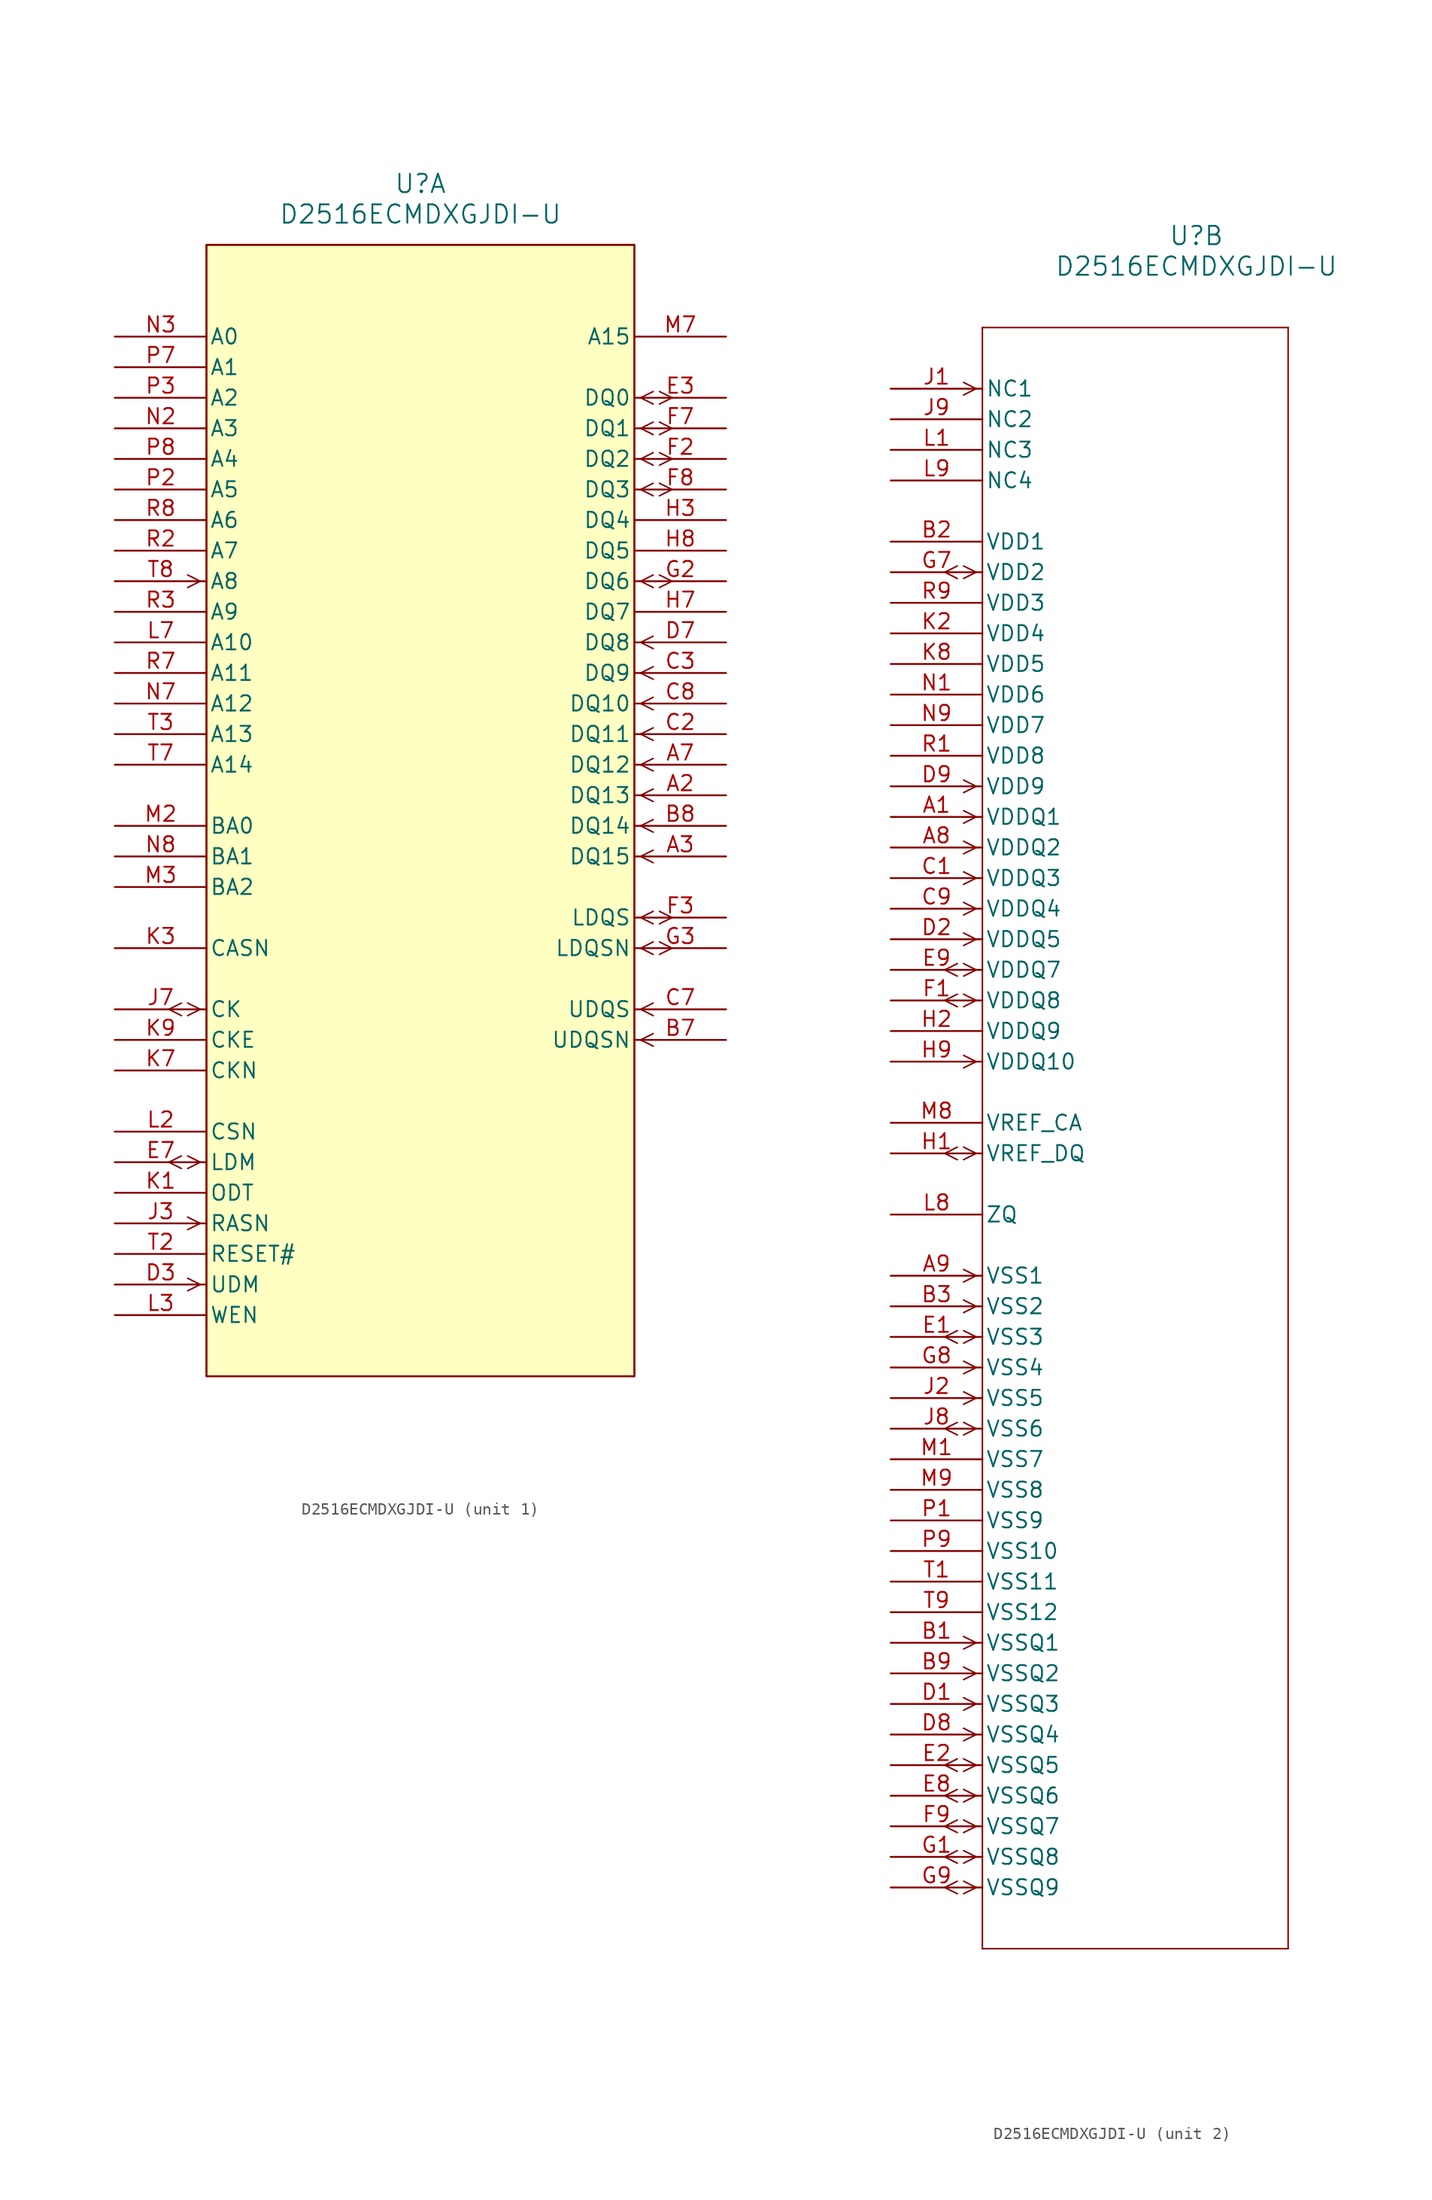
<source format=kicad_sym>
(kicad_symbol_lib
  (version 20211014)
  (generator kicad_symbol_editor)
  (symbol "D2516ECMDXGJDI-U"
    (pin_names
      (offset 0.254))
    (property "Reference" "U"
      (at 25.4 12.7 0)
      (effects (font (size 1.524 1.524))))
    (property "Value" "D2516ECMDXGJDI-U"
      (at 25.4 10.16 0)
      (effects (font (size 1.524 1.524))))
    (property "ki_locked" ""
      (at 0 0 0)
      (effects (font (size 1.27 1.27))))
    (symbol "D2516ECMDXGJDI-U_1_1"
      (polyline (pts (xy 5.537 -69.101) (xy 4.496 -68.58)) (stroke (width 0.127) (type default) (color 0 0 0 0)) (fill (type none)))
      (polyline (pts (xy 5.537 -68.059) (xy 4.496 -68.58)) (stroke (width 0.127) (type default) (color 0 0 0 0)) (fill (type none)))
      (polyline (pts (xy 5.537 -56.401) (xy 4.496 -55.88)) (stroke (width 0.127) (type default) (color 0 0 0 0)) (fill (type none)))
      (polyline (pts (xy 5.537 -55.359) (xy 4.496 -55.88)) (stroke (width 0.127) (type default) (color 0 0 0 0)) (fill (type none)))
      (polyline (pts (xy 7.099 -78.74) (xy 6.058 -79.261)) (stroke (width 0.127) (type default) (color 0 0 0 0)) (fill (type none)))
      (polyline (pts (xy 7.099 -78.74) (xy 6.058 -78.219)) (stroke (width 0.127) (type default) (color 0 0 0 0)) (fill (type none)))
      (polyline (pts (xy 7.099 -73.66) (xy 6.058 -74.181)) (stroke (width 0.127) (type default) (color 0 0 0 0)) (fill (type none)))
      (polyline (pts (xy 7.099 -73.66) (xy 6.058 -73.139)) (stroke (width 0.127) (type default) (color 0 0 0 0)) (fill (type none)))
      (polyline (pts (xy 7.099 -68.58) (xy 6.058 -69.101)) (stroke (width 0.127) (type default) (color 0 0 0 0)) (fill (type none)))
      (polyline (pts (xy 7.099 -68.58) (xy 6.058 -68.059)) (stroke (width 0.127) (type default) (color 0 0 0 0)) (fill (type none)))
      (polyline (pts (xy 7.099 -55.88) (xy 6.058 -56.401)) (stroke (width 0.127) (type default) (color 0 0 0 0)) (fill (type none)))
      (polyline (pts (xy 7.099 -55.88) (xy 6.058 -55.359)) (stroke (width 0.127) (type default) (color 0 0 0 0)) (fill (type none)))
      (polyline (pts (xy 7.099 -20.32) (xy 6.058 -20.841)) (stroke (width 0.127) (type default) (color 0 0 0 0)) (fill (type none)))
      (polyline (pts (xy 7.099 -20.32) (xy 6.058 -19.799)) (stroke (width 0.127) (type default) (color 0 0 0 0)) (fill (type none)))
      (polyline (pts (xy 7.62 -86.36) (xy 43.18 -86.36)) (stroke (width 0.127) (type default) (color 0 0 0 0)) (fill (type none)))
      (polyline (pts (xy 7.62 7.62) (xy 7.62 -86.36)) (stroke (width 0.127) (type default) (color 0 0 0 0)) (fill (type none)))
      (polyline (pts (xy 43.18 -86.36) (xy 43.18 7.62)) (stroke (width 0.127) (type default) (color 0 0 0 0)) (fill (type none)))
      (polyline (pts (xy 43.18 7.62) (xy 7.62 7.62)) (stroke (width 0.127) (type default) (color 0 0 0 0)) (fill (type none)))
      (polyline (pts (xy 43.701 -58.42) (xy 44.742 -58.941)) (stroke (width 0.127) (type default) (color 0 0 0 0)) (fill (type none)))
      (polyline (pts (xy 43.701 -58.42) (xy 44.742 -57.899)) (stroke (width 0.127) (type default) (color 0 0 0 0)) (fill (type none)))
      (polyline (pts (xy 43.701 -55.88) (xy 44.742 -56.401)) (stroke (width 0.127) (type default) (color 0 0 0 0)) (fill (type none)))
      (polyline (pts (xy 43.701 -55.88) (xy 44.742 -55.359)) (stroke (width 0.127) (type default) (color 0 0 0 0)) (fill (type none)))
      (polyline (pts (xy 43.701 -50.8) (xy 44.742 -51.321)) (stroke (width 0.127) (type default) (color 0 0 0 0)) (fill (type none)))
      (polyline (pts (xy 43.701 -50.8) (xy 44.742 -50.279)) (stroke (width 0.127) (type default) (color 0 0 0 0)) (fill (type none)))
      (polyline (pts (xy 43.701 -48.26) (xy 44.742 -48.781)) (stroke (width 0.127) (type default) (color 0 0 0 0)) (fill (type none)))
      (polyline (pts (xy 43.701 -48.26) (xy 44.742 -47.739)) (stroke (width 0.127) (type default) (color 0 0 0 0)) (fill (type none)))
      (polyline (pts (xy 43.701 -43.18) (xy 44.742 -43.701)) (stroke (width 0.127) (type default) (color 0 0 0 0)) (fill (type none)))
      (polyline (pts (xy 43.701 -43.18) (xy 44.742 -42.659)) (stroke (width 0.127) (type default) (color 0 0 0 0)) (fill (type none)))
      (polyline (pts (xy 43.701 -40.64) (xy 44.742 -41.161)) (stroke (width 0.127) (type default) (color 0 0 0 0)) (fill (type none)))
      (polyline (pts (xy 43.701 -40.64) (xy 44.742 -40.119)) (stroke (width 0.127) (type default) (color 0 0 0 0)) (fill (type none)))
      (polyline (pts (xy 43.701 -38.1) (xy 44.742 -38.621)) (stroke (width 0.127) (type default) (color 0 0 0 0)) (fill (type none)))
      (polyline (pts (xy 43.701 -38.1) (xy 44.742 -37.579)) (stroke (width 0.127) (type default) (color 0 0 0 0)) (fill (type none)))
      (polyline (pts (xy 43.701 -35.56) (xy 44.742 -36.081)) (stroke (width 0.127) (type default) (color 0 0 0 0)) (fill (type none)))
      (polyline (pts (xy 43.701 -35.56) (xy 44.742 -35.039)) (stroke (width 0.127) (type default) (color 0 0 0 0)) (fill (type none)))
      (polyline (pts (xy 43.701 -33.02) (xy 44.742 -33.541)) (stroke (width 0.127) (type default) (color 0 0 0 0)) (fill (type none)))
      (polyline (pts (xy 43.701 -33.02) (xy 44.742 -32.499)) (stroke (width 0.127) (type default) (color 0 0 0 0)) (fill (type none)))
      (polyline (pts (xy 43.701 -30.48) (xy 44.742 -31.001)) (stroke (width 0.127) (type default) (color 0 0 0 0)) (fill (type none)))
      (polyline (pts (xy 43.701 -30.48) (xy 44.742 -29.959)) (stroke (width 0.127) (type default) (color 0 0 0 0)) (fill (type none)))
      (polyline (pts (xy 43.701 -27.94) (xy 44.742 -28.461)) (stroke (width 0.127) (type default) (color 0 0 0 0)) (fill (type none)))
      (polyline (pts (xy 43.701 -27.94) (xy 44.742 -27.419)) (stroke (width 0.127) (type default) (color 0 0 0 0)) (fill (type none)))
      (polyline (pts (xy 43.701 -25.4) (xy 44.742 -25.921)) (stroke (width 0.127) (type default) (color 0 0 0 0)) (fill (type none)))
      (polyline (pts (xy 43.701 -25.4) (xy 44.742 -24.879)) (stroke (width 0.127) (type default) (color 0 0 0 0)) (fill (type none)))
      (polyline (pts (xy 43.701 -20.32) (xy 44.742 -20.841)) (stroke (width 0.127) (type default) (color 0 0 0 0)) (fill (type none)))
      (polyline (pts (xy 43.701 -20.32) (xy 44.742 -19.799)) (stroke (width 0.127) (type default) (color 0 0 0 0)) (fill (type none)))
      (polyline (pts (xy 43.701 -12.7) (xy 44.742 -13.221)) (stroke (width 0.127) (type default) (color 0 0 0 0)) (fill (type none)))
      (polyline (pts (xy 43.701 -12.7) (xy 44.742 -12.179)) (stroke (width 0.127) (type default) (color 0 0 0 0)) (fill (type none)))
      (polyline (pts (xy 43.701 -10.16) (xy 44.742 -10.681)) (stroke (width 0.127) (type default) (color 0 0 0 0)) (fill (type none)))
      (polyline (pts (xy 43.701 -10.16) (xy 44.742 -9.639)) (stroke (width 0.127) (type default) (color 0 0 0 0)) (fill (type none)))
      (polyline (pts (xy 43.701 -7.62) (xy 44.742 -8.141)) (stroke (width 0.127) (type default) (color 0 0 0 0)) (fill (type none)))
      (polyline (pts (xy 43.701 -7.62) (xy 44.742 -7.099)) (stroke (width 0.127) (type default) (color 0 0 0 0)) (fill (type none)))
      (polyline (pts (xy 43.701 -5.08) (xy 44.742 -5.601)) (stroke (width 0.127) (type default) (color 0 0 0 0)) (fill (type none)))
      (polyline (pts (xy 43.701 -5.08) (xy 44.742 -4.559)) (stroke (width 0.127) (type default) (color 0 0 0 0)) (fill (type none)))
      (polyline (pts (xy 45.263 -51.321) (xy 46.304 -50.8)) (stroke (width 0.127) (type default) (color 0 0 0 0)) (fill (type none)))
      (polyline (pts (xy 45.263 -50.279) (xy 46.304 -50.8)) (stroke (width 0.127) (type default) (color 0 0 0 0)) (fill (type none)))
      (polyline (pts (xy 45.263 -48.781) (xy 46.304 -48.26)) (stroke (width 0.127) (type default) (color 0 0 0 0)) (fill (type none)))
      (polyline (pts (xy 45.263 -47.739) (xy 46.304 -48.26)) (stroke (width 0.127) (type default) (color 0 0 0 0)) (fill (type none)))
      (polyline (pts (xy 45.263 -20.841) (xy 46.304 -20.32)) (stroke (width 0.127) (type default) (color 0 0 0 0)) (fill (type none)))
      (polyline (pts (xy 45.263 -19.799) (xy 46.304 -20.32)) (stroke (width 0.127) (type default) (color 0 0 0 0)) (fill (type none)))
      (polyline (pts (xy 45.263 -13.221) (xy 46.304 -12.7)) (stroke (width 0.127) (type default) (color 0 0 0 0)) (fill (type none)))
      (polyline (pts (xy 45.263 -12.179) (xy 46.304 -12.7)) (stroke (width 0.127) (type default) (color 0 0 0 0)) (fill (type none)))
      (polyline (pts (xy 45.263 -10.681) (xy 46.304 -10.16)) (stroke (width 0.127) (type default) (color 0 0 0 0)) (fill (type none)))
      (polyline (pts (xy 45.263 -9.639) (xy 46.304 -10.16)) (stroke (width 0.127) (type default) (color 0 0 0 0)) (fill (type none)))
      (polyline (pts (xy 45.263 -8.141) (xy 46.304 -7.62)) (stroke (width 0.127) (type default) (color 0 0 0 0)) (fill (type none)))
      (polyline (pts (xy 45.263 -7.099) (xy 46.304 -7.62)) (stroke (width 0.127) (type default) (color 0 0 0 0)) (fill (type none)))
      (polyline (pts (xy 45.263 -5.601) (xy 46.304 -5.08)) (stroke (width 0.127) (type default) (color 0 0 0 0)) (fill (type none)))
      (polyline (pts (xy 45.263 -4.559) (xy 46.304 -5.08)) (stroke (width 0.127) (type default) (color 0 0 0 0)) (fill (type none)))
      (rectangle (start 7.62 7.62) (end 43.18 -86.36) (stroke (width 0) (type default) (color 0 0 0 0)) (fill (type background)))
      (pin bidirectional line (at 50.8 -38.1 180) (length 7.62) (name "DQ13" (effects (font (size 1.27 1.27)))) (number "A2" (effects (font (size 1.27 1.27)))))
      (pin bidirectional line (at 50.8 -43.18 180) (length 7.62) (name "DQ15" (effects (font (size 1.27 1.27)))) (number "A3" (effects (font (size 1.27 1.27)))))
      (pin bidirectional line (at 50.8 -35.56 180) (length 7.62) (name "DQ12" (effects (font (size 1.27 1.27)))) (number "A7" (effects (font (size 1.27 1.27)))))
      (pin bidirectional line (at 50.8 -58.42 180) (length 7.62) (name "UDQSN" (effects (font (size 1.27 1.27)))) (number "B7" (effects (font (size 1.27 1.27)))))
      (pin bidirectional line (at 50.8 -40.64 180) (length 7.62) (name "DQ14" (effects (font (size 1.27 1.27)))) (number "B8" (effects (font (size 1.27 1.27)))))
      (pin bidirectional line (at 50.8 -33.02 180) (length 7.62) (name "DQ11" (effects (font (size 1.27 1.27)))) (number "C2" (effects (font (size 1.27 1.27)))))
      (pin bidirectional line (at 50.8 -27.94 180) (length 7.62) (name "DQ9" (effects (font (size 1.27 1.27)))) (number "C3" (effects (font (size 1.27 1.27)))))
      (pin bidirectional line (at 50.8 -55.88 180) (length 7.62) (name "UDQS" (effects (font (size 1.27 1.27)))) (number "C7" (effects (font (size 1.27 1.27)))))
      (pin bidirectional line (at 50.8 -30.48 180) (length 7.62) (name "DQ10" (effects (font (size 1.27 1.27)))) (number "C8" (effects (font (size 1.27 1.27)))))
      (pin input line (at 0 -78.74 0) (length 7.62) (name "UDM" (effects (font (size 1.27 1.27)))) (number "D3" (effects (font (size 1.27 1.27)))))
      (pin bidirectional line (at 50.8 -25.4 180) (length 7.62) (name "DQ8" (effects (font (size 1.27 1.27)))) (number "D7" (effects (font (size 1.27 1.27)))))
      (pin bidirectional line (at 50.8 -5.08 180) (length 7.62) (name "DQ0" (effects (font (size 1.27 1.27)))) (number "E3" (effects (font (size 1.27 1.27)))))
      (pin input line (at 0 -68.58 0) (length 7.62) (name "LDM" (effects (font (size 1.27 1.27)))) (number "E7" (effects (font (size 1.27 1.27)))))
      (pin bidirectional line (at 50.8 -10.16 180) (length 7.62) (name "DQ2" (effects (font (size 1.27 1.27)))) (number "F2" (effects (font (size 1.27 1.27)))))
      (pin bidirectional line (at 50.8 -48.26 180) (length 7.62) (name "LDQS" (effects (font (size 1.27 1.27)))) (number "F3" (effects (font (size 1.27 1.27)))))
      (pin bidirectional line (at 50.8 -7.62 180) (length 7.62) (name "DQ1" (effects (font (size 1.27 1.27)))) (number "F7" (effects (font (size 1.27 1.27)))))
      (pin bidirectional line (at 50.8 -12.7 180) (length 7.62) (name "DQ3" (effects (font (size 1.27 1.27)))) (number "F8" (effects (font (size 1.27 1.27)))))
      (pin bidirectional line (at 50.8 -20.32 180) (length 7.62) (name "DQ6" (effects (font (size 1.27 1.27)))) (number "G2" (effects (font (size 1.27 1.27)))))
      (pin bidirectional line (at 50.8 -50.8 180) (length 7.62) (name "LDQSN" (effects (font (size 1.27 1.27)))) (number "G3" (effects (font (size 1.27 1.27)))))
      (pin bidirectional line (at 50.8 -15.24 180) (length 7.62) (name "DQ4" (effects (font (size 1.27 1.27)))) (number "H3" (effects (font (size 1.27 1.27)))))
      (pin bidirectional line (at 50.8 -22.86 180) (length 7.62) (name "DQ7" (effects (font (size 1.27 1.27)))) (number "H7" (effects (font (size 1.27 1.27)))))
      (pin bidirectional line (at 50.8 -17.78 180) (length 7.62) (name "DQ5" (effects (font (size 1.27 1.27)))) (number "H8" (effects (font (size 1.27 1.27)))))
      (pin input line (at 0 -73.66 0) (length 7.62) (name "RASN" (effects (font (size 1.27 1.27)))) (number "J3" (effects (font (size 1.27 1.27)))))
      (pin input line (at 0 -55.88 0) (length 7.62) (name "CK" (effects (font (size 1.27 1.27)))) (number "J7" (effects (font (size 1.27 1.27)))))
      (pin input line (at 0 -71.12 0) (length 7.62) (name "ODT" (effects (font (size 1.27 1.27)))) (number "K1" (effects (font (size 1.27 1.27)))))
      (pin input line (at 0 -50.8 0) (length 7.62) (name "CASN" (effects (font (size 1.27 1.27)))) (number "K3" (effects (font (size 1.27 1.27)))))
      (pin input line (at 0 -60.96 0) (length 7.62) (name "CKN" (effects (font (size 1.27 1.27)))) (number "K7" (effects (font (size 1.27 1.27)))))
      (pin input line (at 0 -58.42 0) (length 7.62) (name "CKE" (effects (font (size 1.27 1.27)))) (number "K9" (effects (font (size 1.27 1.27)))))
      (pin input line (at 0 -66.04 0) (length 7.62) (name "CSN" (effects (font (size 1.27 1.27)))) (number "L2" (effects (font (size 1.27 1.27)))))
      (pin input line (at 0 -81.28 0) (length 7.62) (name "WEN" (effects (font (size 1.27 1.27)))) (number "L3" (effects (font (size 1.27 1.27)))))
      (pin input line (at 0 -25.4 0) (length 7.62) (name "A10" (effects (font (size 1.27 1.27)))) (number "L7" (effects (font (size 1.27 1.27)))))
      (pin input line (at 0 -40.64 0) (length 7.62) (name "BA0" (effects (font (size 1.27 1.27)))) (number "M2" (effects (font (size 1.27 1.27)))))
      (pin input line (at 0 -45.72 0) (length 7.62) (name "BA2" (effects (font (size 1.27 1.27)))) (number "M3" (effects (font (size 1.27 1.27)))))
      (pin unspecified line (at 50.8 0 180) (length 7.62) (name "A15" (effects (font (size 1.27 1.27)))) (number "M7" (effects (font (size 1.27 1.27)))))
      (pin input line (at 0 -7.62 0) (length 7.62) (name "A3" (effects (font (size 1.27 1.27)))) (number "N2" (effects (font (size 1.27 1.27)))))
      (pin input line (at 0 0 0) (length 7.62) (name "A0" (effects (font (size 1.27 1.27)))) (number "N3" (effects (font (size 1.27 1.27)))))
      (pin input line (at 0 -30.48 0) (length 7.62) (name "A12" (effects (font (size 1.27 1.27)))) (number "N7" (effects (font (size 1.27 1.27)))))
      (pin input line (at 0 -43.18 0) (length 7.62) (name "BA1" (effects (font (size 1.27 1.27)))) (number "N8" (effects (font (size 1.27 1.27)))))
      (pin input line (at 0 -12.7 0) (length 7.62) (name "A5" (effects (font (size 1.27 1.27)))) (number "P2" (effects (font (size 1.27 1.27)))))
      (pin input line (at 0 -5.08 0) (length 7.62) (name "A2" (effects (font (size 1.27 1.27)))) (number "P3" (effects (font (size 1.27 1.27)))))
      (pin input line (at 0 -2.54 0) (length 7.62) (name "A1" (effects (font (size 1.27 1.27)))) (number "P7" (effects (font (size 1.27 1.27)))))
      (pin input line (at 0 -10.16 0) (length 7.62) (name "A4" (effects (font (size 1.27 1.27)))) (number "P8" (effects (font (size 1.27 1.27)))))
      (pin input line (at 0 -17.78 0) (length 7.62) (name "A7" (effects (font (size 1.27 1.27)))) (number "R2" (effects (font (size 1.27 1.27)))))
      (pin input line (at 0 -22.86 0) (length 7.62) (name "A9" (effects (font (size 1.27 1.27)))) (number "R3" (effects (font (size 1.27 1.27)))))
      (pin input line (at 0 -27.94 0) (length 7.62) (name "A11" (effects (font (size 1.27 1.27)))) (number "R7" (effects (font (size 1.27 1.27)))))
      (pin input line (at 0 -15.24 0) (length 7.62) (name "A6" (effects (font (size 1.27 1.27)))) (number "R8" (effects (font (size 1.27 1.27)))))
      (pin input line (at 0 -76.2 0) (length 7.62) (name "RESET#" (effects (font (size 1.27 1.27)))) (number "T2" (effects (font (size 1.27 1.27)))))
      (pin input line (at 0 -33.02 0) (length 7.62) (name "A13" (effects (font (size 1.27 1.27)))) (number "T3" (effects (font (size 1.27 1.27)))))
      (pin input line (at 0 -35.56 0) (length 7.62) (name "A14" (effects (font (size 1.27 1.27)))) (number "T7" (effects (font (size 1.27 1.27)))))
      (pin input line (at 0 -20.32 0) (length 7.62) (name "A8" (effects (font (size 1.27 1.27)))) (number "T8" (effects (font (size 1.27 1.27))))))
    (symbol "D2516ECMDXGJDI-U_2_1"
      (polyline (pts (xy 5.537 -124.981) (xy 4.496 -124.46)) (stroke (width 0.127) (type default) (color 0 0 0 0)) (fill (type none)))
      (polyline (pts (xy 5.537 -123.939) (xy 4.496 -124.46)) (stroke (width 0.127) (type default) (color 0 0 0 0)) (fill (type none)))
      (polyline (pts (xy 5.537 -122.441) (xy 4.496 -121.92)) (stroke (width 0.127) (type default) (color 0 0 0 0)) (fill (type none)))
      (polyline (pts (xy 5.537 -121.399) (xy 4.496 -121.92)) (stroke (width 0.127) (type default) (color 0 0 0 0)) (fill (type none)))
      (polyline (pts (xy 5.537 -119.901) (xy 4.496 -119.38)) (stroke (width 0.127) (type default) (color 0 0 0 0)) (fill (type none)))
      (polyline (pts (xy 5.537 -118.859) (xy 4.496 -119.38)) (stroke (width 0.127) (type default) (color 0 0 0 0)) (fill (type none)))
      (polyline (pts (xy 5.537 -117.361) (xy 4.496 -116.84)) (stroke (width 0.127) (type default) (color 0 0 0 0)) (fill (type none)))
      (polyline (pts (xy 5.537 -116.319) (xy 4.496 -116.84)) (stroke (width 0.127) (type default) (color 0 0 0 0)) (fill (type none)))
      (polyline (pts (xy 5.537 -114.821) (xy 4.496 -114.3)) (stroke (width 0.127) (type default) (color 0 0 0 0)) (fill (type none)))
      (polyline (pts (xy 5.537 -113.779) (xy 4.496 -114.3)) (stroke (width 0.127) (type default) (color 0 0 0 0)) (fill (type none)))
      (polyline (pts (xy 5.537 -86.881) (xy 4.496 -86.36)) (stroke (width 0.127) (type default) (color 0 0 0 0)) (fill (type none)))
      (polyline (pts (xy 5.537 -85.839) (xy 4.496 -86.36)) (stroke (width 0.127) (type default) (color 0 0 0 0)) (fill (type none)))
      (polyline (pts (xy 5.537 -79.261) (xy 4.496 -78.74)) (stroke (width 0.127) (type default) (color 0 0 0 0)) (fill (type none)))
      (polyline (pts (xy 5.537 -78.219) (xy 4.496 -78.74)) (stroke (width 0.127) (type default) (color 0 0 0 0)) (fill (type none)))
      (polyline (pts (xy 5.537 -64.021) (xy 4.496 -63.5)) (stroke (width 0.127) (type default) (color 0 0 0 0)) (fill (type none)))
      (polyline (pts (xy 5.537 -62.979) (xy 4.496 -63.5)) (stroke (width 0.127) (type default) (color 0 0 0 0)) (fill (type none)))
      (polyline (pts (xy 5.537 -51.321) (xy 4.496 -50.8)) (stroke (width 0.127) (type default) (color 0 0 0 0)) (fill (type none)))
      (polyline (pts (xy 5.537 -50.279) (xy 4.496 -50.8)) (stroke (width 0.127) (type default) (color 0 0 0 0)) (fill (type none)))
      (polyline (pts (xy 5.537 -48.781) (xy 4.496 -48.26)) (stroke (width 0.127) (type default) (color 0 0 0 0)) (fill (type none)))
      (polyline (pts (xy 5.537 -47.739) (xy 4.496 -48.26)) (stroke (width 0.127) (type default) (color 0 0 0 0)) (fill (type none)))
      (polyline (pts (xy 5.537 -15.761) (xy 4.496 -15.24)) (stroke (width 0.127) (type default) (color 0 0 0 0)) (fill (type none)))
      (polyline (pts (xy 5.537 -14.719) (xy 4.496 -15.24)) (stroke (width 0.127) (type default) (color 0 0 0 0)) (fill (type none)))
      (polyline (pts (xy 7.099 -124.46) (xy 6.058 -124.981)) (stroke (width 0.127) (type default) (color 0 0 0 0)) (fill (type none)))
      (polyline (pts (xy 7.099 -124.46) (xy 6.058 -123.939)) (stroke (width 0.127) (type default) (color 0 0 0 0)) (fill (type none)))
      (polyline (pts (xy 7.099 -121.92) (xy 6.058 -122.441)) (stroke (width 0.127) (type default) (color 0 0 0 0)) (fill (type none)))
      (polyline (pts (xy 7.099 -121.92) (xy 6.058 -121.399)) (stroke (width 0.127) (type default) (color 0 0 0 0)) (fill (type none)))
      (polyline (pts (xy 7.099 -119.38) (xy 6.058 -119.901)) (stroke (width 0.127) (type default) (color 0 0 0 0)) (fill (type none)))
      (polyline (pts (xy 7.099 -119.38) (xy 6.058 -118.859)) (stroke (width 0.127) (type default) (color 0 0 0 0)) (fill (type none)))
      (polyline (pts (xy 7.099 -116.84) (xy 6.058 -117.361)) (stroke (width 0.127) (type default) (color 0 0 0 0)) (fill (type none)))
      (polyline (pts (xy 7.099 -116.84) (xy 6.058 -116.319)) (stroke (width 0.127) (type default) (color 0 0 0 0)) (fill (type none)))
      (polyline (pts (xy 7.099 -114.3) (xy 6.058 -114.821)) (stroke (width 0.127) (type default) (color 0 0 0 0)) (fill (type none)))
      (polyline (pts (xy 7.099 -114.3) (xy 6.058 -113.779)) (stroke (width 0.127) (type default) (color 0 0 0 0)) (fill (type none)))
      (polyline (pts (xy 7.099 -111.76) (xy 6.058 -112.281)) (stroke (width 0.127) (type default) (color 0 0 0 0)) (fill (type none)))
      (polyline (pts (xy 7.099 -111.76) (xy 6.058 -111.239)) (stroke (width 0.127) (type default) (color 0 0 0 0)) (fill (type none)))
      (polyline (pts (xy 7.099 -109.22) (xy 6.058 -109.741)) (stroke (width 0.127) (type default) (color 0 0 0 0)) (fill (type none)))
      (polyline (pts (xy 7.099 -109.22) (xy 6.058 -108.699)) (stroke (width 0.127) (type default) (color 0 0 0 0)) (fill (type none)))
      (polyline (pts (xy 7.099 -106.68) (xy 6.058 -107.201)) (stroke (width 0.127) (type default) (color 0 0 0 0)) (fill (type none)))
      (polyline (pts (xy 7.099 -106.68) (xy 6.058 -106.159)) (stroke (width 0.127) (type default) (color 0 0 0 0)) (fill (type none)))
      (polyline (pts (xy 7.099 -104.14) (xy 6.058 -104.661)) (stroke (width 0.127) (type default) (color 0 0 0 0)) (fill (type none)))
      (polyline (pts (xy 7.099 -104.14) (xy 6.058 -103.619)) (stroke (width 0.127) (type default) (color 0 0 0 0)) (fill (type none)))
      (polyline (pts (xy 7.099 -86.36) (xy 6.058 -86.881)) (stroke (width 0.127) (type default) (color 0 0 0 0)) (fill (type none)))
      (polyline (pts (xy 7.099 -86.36) (xy 6.058 -85.839)) (stroke (width 0.127) (type default) (color 0 0 0 0)) (fill (type none)))
      (polyline (pts (xy 7.099 -83.82) (xy 6.058 -84.341)) (stroke (width 0.127) (type default) (color 0 0 0 0)) (fill (type none)))
      (polyline (pts (xy 7.099 -83.82) (xy 6.058 -83.299)) (stroke (width 0.127) (type default) (color 0 0 0 0)) (fill (type none)))
      (polyline (pts (xy 7.099 -81.28) (xy 6.058 -81.801)) (stroke (width 0.127) (type default) (color 0 0 0 0)) (fill (type none)))
      (polyline (pts (xy 7.099 -81.28) (xy 6.058 -80.759)) (stroke (width 0.127) (type default) (color 0 0 0 0)) (fill (type none)))
      (polyline (pts (xy 7.099 -78.74) (xy 6.058 -79.261)) (stroke (width 0.127) (type default) (color 0 0 0 0)) (fill (type none)))
      (polyline (pts (xy 7.099 -78.74) (xy 6.058 -78.219)) (stroke (width 0.127) (type default) (color 0 0 0 0)) (fill (type none)))
      (polyline (pts (xy 7.099 -76.2) (xy 6.058 -76.721)) (stroke (width 0.127) (type default) (color 0 0 0 0)) (fill (type none)))
      (polyline (pts (xy 7.099 -76.2) (xy 6.058 -75.679)) (stroke (width 0.127) (type default) (color 0 0 0 0)) (fill (type none)))
      (polyline (pts (xy 7.099 -73.66) (xy 6.058 -74.181)) (stroke (width 0.127) (type default) (color 0 0 0 0)) (fill (type none)))
      (polyline (pts (xy 7.099 -73.66) (xy 6.058 -73.139)) (stroke (width 0.127) (type default) (color 0 0 0 0)) (fill (type none)))
      (polyline (pts (xy 7.099 -63.5) (xy 6.058 -64.021)) (stroke (width 0.127) (type default) (color 0 0 0 0)) (fill (type none)))
      (polyline (pts (xy 7.099 -63.5) (xy 6.058 -62.979)) (stroke (width 0.127) (type default) (color 0 0 0 0)) (fill (type none)))
      (polyline (pts (xy 7.099 -55.88) (xy 6.058 -56.401)) (stroke (width 0.127) (type default) (color 0 0 0 0)) (fill (type none)))
      (polyline (pts (xy 7.099 -55.88) (xy 6.058 -55.359)) (stroke (width 0.127) (type default) (color 0 0 0 0)) (fill (type none)))
      (polyline (pts (xy 7.099 -50.8) (xy 6.058 -51.321)) (stroke (width 0.127) (type default) (color 0 0 0 0)) (fill (type none)))
      (polyline (pts (xy 7.099 -50.8) (xy 6.058 -50.279)) (stroke (width 0.127) (type default) (color 0 0 0 0)) (fill (type none)))
      (polyline (pts (xy 7.099 -48.26) (xy 6.058 -48.781)) (stroke (width 0.127) (type default) (color 0 0 0 0)) (fill (type none)))
      (polyline (pts (xy 7.099 -48.26) (xy 6.058 -47.739)) (stroke (width 0.127) (type default) (color 0 0 0 0)) (fill (type none)))
      (polyline (pts (xy 7.099 -45.72) (xy 6.058 -46.241)) (stroke (width 0.127) (type default) (color 0 0 0 0)) (fill (type none)))
      (polyline (pts (xy 7.099 -45.72) (xy 6.058 -45.199)) (stroke (width 0.127) (type default) (color 0 0 0 0)) (fill (type none)))
      (polyline (pts (xy 7.099 -43.18) (xy 6.058 -43.701)) (stroke (width 0.127) (type default) (color 0 0 0 0)) (fill (type none)))
      (polyline (pts (xy 7.099 -43.18) (xy 6.058 -42.659)) (stroke (width 0.127) (type default) (color 0 0 0 0)) (fill (type none)))
      (polyline (pts (xy 7.099 -40.64) (xy 6.058 -41.161)) (stroke (width 0.127) (type default) (color 0 0 0 0)) (fill (type none)))
      (polyline (pts (xy 7.099 -40.64) (xy 6.058 -40.119)) (stroke (width 0.127) (type default) (color 0 0 0 0)) (fill (type none)))
      (polyline (pts (xy 7.099 -38.1) (xy 6.058 -38.621)) (stroke (width 0.127) (type default) (color 0 0 0 0)) (fill (type none)))
      (polyline (pts (xy 7.099 -38.1) (xy 6.058 -37.579)) (stroke (width 0.127) (type default) (color 0 0 0 0)) (fill (type none)))
      (polyline (pts (xy 7.099 -35.56) (xy 6.058 -36.081)) (stroke (width 0.127) (type default) (color 0 0 0 0)) (fill (type none)))
      (polyline (pts (xy 7.099 -35.56) (xy 6.058 -35.039)) (stroke (width 0.127) (type default) (color 0 0 0 0)) (fill (type none)))
      (polyline (pts (xy 7.099 -33.02) (xy 6.058 -33.541)) (stroke (width 0.127) (type default) (color 0 0 0 0)) (fill (type none)))
      (polyline (pts (xy 7.099 -33.02) (xy 6.058 -32.499)) (stroke (width 0.127) (type default) (color 0 0 0 0)) (fill (type none)))
      (polyline (pts (xy 7.099 -15.24) (xy 6.058 -15.761)) (stroke (width 0.127) (type default) (color 0 0 0 0)) (fill (type none)))
      (polyline (pts (xy 7.099 -15.24) (xy 6.058 -14.719)) (stroke (width 0.127) (type default) (color 0 0 0 0)) (fill (type none)))
      (polyline (pts (xy 7.099 0) (xy 6.058 -0.521)) (stroke (width 0.127) (type default) (color 0 0 0 0)) (fill (type none)))
      (polyline (pts (xy 7.099 0) (xy 6.058 0.521)) (stroke (width 0.127) (type default) (color 0 0 0 0)) (fill (type none)))
      (polyline (pts (xy 7.62 -129.54) (xy 33.02 -129.54)) (stroke (width 0.127) (type default) (color 0 0 0 0)) (fill (type none)))
      (polyline (pts (xy 7.62 5.08) (xy 7.62 -129.54)) (stroke (width 0.127) (type default) (color 0 0 0 0)) (fill (type none)))
      (polyline (pts (xy 33.02 -129.54) (xy 33.02 5.08)) (stroke (width 0.127) (type default) (color 0 0 0 0)) (fill (type none)))
      (polyline (pts (xy 33.02 5.08) (xy 7.62 5.08)) (stroke (width 0.127) (type default) (color 0 0 0 0)) (fill (type none)))
      (pin power_in line (at 0 -35.56 0) (length 7.62) (name "VDDQ1" (effects (font (size 1.27 1.27)))) (number "A1" (effects (font (size 1.27 1.27)))))
      (pin power_in line (at 0 -38.1 0) (length 7.62) (name "VDDQ2" (effects (font (size 1.27 1.27)))) (number "A8" (effects (font (size 1.27 1.27)))))
      (pin power_in line (at 0 -73.66 0) (length 7.62) (name "VSS1" (effects (font (size 1.27 1.27)))) (number "A9" (effects (font (size 1.27 1.27)))))
      (pin power_in line (at 0 -104.14 0) (length 7.62) (name "VSSQ1" (effects (font (size 1.27 1.27)))) (number "B1" (effects (font (size 1.27 1.27)))))
      (pin power_in line (at 0 -12.7 0) (length 7.62) (name "VDD1" (effects (font (size 1.27 1.27)))) (number "B2" (effects (font (size 1.27 1.27)))))
      (pin power_in line (at 0 -76.2 0) (length 7.62) (name "VSS2" (effects (font (size 1.27 1.27)))) (number "B3" (effects (font (size 1.27 1.27)))))
      (pin power_in line (at 0 -106.68 0) (length 7.62) (name "VSSQ2" (effects (font (size 1.27 1.27)))) (number "B9" (effects (font (size 1.27 1.27)))))
      (pin power_in line (at 0 -40.64 0) (length 7.62) (name "VDDQ3" (effects (font (size 1.27 1.27)))) (number "C1" (effects (font (size 1.27 1.27)))))
      (pin power_in line (at 0 -43.18 0) (length 7.62) (name "VDDQ4" (effects (font (size 1.27 1.27)))) (number "C9" (effects (font (size 1.27 1.27)))))
      (pin power_in line (at 0 -109.22 0) (length 7.62) (name "VSSQ3" (effects (font (size 1.27 1.27)))) (number "D1" (effects (font (size 1.27 1.27)))))
      (pin power_in line (at 0 -45.72 0) (length 7.62) (name "VDDQ5" (effects (font (size 1.27 1.27)))) (number "D2" (effects (font (size 1.27 1.27)))))
      (pin power_in line (at 0 -111.76 0) (length 7.62) (name "VSSQ4" (effects (font (size 1.27 1.27)))) (number "D8" (effects (font (size 1.27 1.27)))))
      (pin power_in line (at 0 -33.02 0) (length 7.62) (name "VDD9" (effects (font (size 1.27 1.27)))) (number "D9" (effects (font (size 1.27 1.27)))))
      (pin power_in line (at 0 -78.74 0) (length 7.62) (name "VSS3" (effects (font (size 1.27 1.27)))) (number "E1" (effects (font (size 1.27 1.27)))))
      (pin power_in line (at 0 -114.3 0) (length 7.62) (name "VSSQ5" (effects (font (size 1.27 1.27)))) (number "E2" (effects (font (size 1.27 1.27)))))
      (pin power_in line (at 0 -116.84 0) (length 7.62) (name "VSSQ6" (effects (font (size 1.27 1.27)))) (number "E8" (effects (font (size 1.27 1.27)))))
      (pin power_in line (at 0 -48.26 0) (length 7.62) (name "VDDQ7" (effects (font (size 1.27 1.27)))) (number "E9" (effects (font (size 1.27 1.27)))))
      (pin power_in line (at 0 -50.8 0) (length 7.62) (name "VDDQ8" (effects (font (size 1.27 1.27)))) (number "F1" (effects (font (size 1.27 1.27)))))
      (pin power_in line (at 0 -119.38 0) (length 7.62) (name "VSSQ7" (effects (font (size 1.27 1.27)))) (number "F9" (effects (font (size 1.27 1.27)))))
      (pin power_in line (at 0 -121.92 0) (length 7.62) (name "VSSQ8" (effects (font (size 1.27 1.27)))) (number "G1" (effects (font (size 1.27 1.27)))))
      (pin power_in line (at 0 -15.24 0) (length 7.62) (name "VDD2" (effects (font (size 1.27 1.27)))) (number "G7" (effects (font (size 1.27 1.27)))))
      (pin power_in line (at 0 -81.28 0) (length 7.62) (name "VSS4" (effects (font (size 1.27 1.27)))) (number "G8" (effects (font (size 1.27 1.27)))))
      (pin power_in line (at 0 -124.46 0) (length 7.62) (name "VSSQ9" (effects (font (size 1.27 1.27)))) (number "G9" (effects (font (size 1.27 1.27)))))
      (pin power_in line (at 0 -63.5 0) (length 7.62) (name "VREF_DQ" (effects (font (size 1.27 1.27)))) (number "H1" (effects (font (size 1.27 1.27)))))
      (pin power_in line (at 0 -53.34 0) (length 7.62) (name "VDDQ9" (effects (font (size 1.27 1.27)))) (number "H2" (effects (font (size 1.27 1.27)))))
      (pin power_in line (at 0 -55.88 0) (length 7.62) (name "VDDQ10" (effects (font (size 1.27 1.27)))) (number "H9" (effects (font (size 1.27 1.27)))))
      (pin unspecified line (at 0 0 0) (length 7.62) (name "NC1" (effects (font (size 1.27 1.27)))) (number "J1" (effects (font (size 1.27 1.27)))))
      (pin power_in line (at 0 -83.82 0) (length 7.62) (name "VSS5" (effects (font (size 1.27 1.27)))) (number "J2" (effects (font (size 1.27 1.27)))))
      (pin power_in line (at 0 -86.36 0) (length 7.62) (name "VSS6" (effects (font (size 1.27 1.27)))) (number "J8" (effects (font (size 1.27 1.27)))))
      (pin unspecified line (at 0 -2.54 0) (length 7.62) (name "NC2" (effects (font (size 1.27 1.27)))) (number "J9" (effects (font (size 1.27 1.27)))))
      (pin power_in line (at 0 -20.32 0) (length 7.62) (name "VDD4" (effects (font (size 1.27 1.27)))) (number "K2" (effects (font (size 1.27 1.27)))))
      (pin power_in line (at 0 -22.86 0) (length 7.62) (name "VDD5" (effects (font (size 1.27 1.27)))) (number "K8" (effects (font (size 1.27 1.27)))))
      (pin unspecified line (at 0 -5.08 0) (length 7.62) (name "NC3" (effects (font (size 1.27 1.27)))) (number "L1" (effects (font (size 1.27 1.27)))))
      (pin power_in line (at 0 -68.58 0) (length 7.62) (name "ZQ" (effects (font (size 1.27 1.27)))) (number "L8" (effects (font (size 1.27 1.27)))))
      (pin unspecified line (at 0 -7.62 0) (length 7.62) (name "NC4" (effects (font (size 1.27 1.27)))) (number "L9" (effects (font (size 1.27 1.27)))))
      (pin power_in line (at 0 -88.9 0) (length 7.62) (name "VSS7" (effects (font (size 1.27 1.27)))) (number "M1" (effects (font (size 1.27 1.27)))))
      (pin power_in line (at 0 -60.96 0) (length 7.62) (name "VREF_CA" (effects (font (size 1.27 1.27)))) (number "M8" (effects (font (size 1.27 1.27)))))
      (pin power_in line (at 0 -91.44 0) (length 7.62) (name "VSS8" (effects (font (size 1.27 1.27)))) (number "M9" (effects (font (size 1.27 1.27)))))
      (pin power_in line (at 0 -25.4 0) (length 7.62) (name "VDD6" (effects (font (size 1.27 1.27)))) (number "N1" (effects (font (size 1.27 1.27)))))
      (pin power_in line (at 0 -27.94 0) (length 7.62) (name "VDD7" (effects (font (size 1.27 1.27)))) (number "N9" (effects (font (size 1.27 1.27)))))
      (pin power_in line (at 0 -93.98 0) (length 7.62) (name "VSS9" (effects (font (size 1.27 1.27)))) (number "P1" (effects (font (size 1.27 1.27)))))
      (pin power_in line (at 0 -96.52 0) (length 7.62) (name "VSS10" (effects (font (size 1.27 1.27)))) (number "P9" (effects (font (size 1.27 1.27)))))
      (pin power_in line (at 0 -30.48 0) (length 7.62) (name "VDD8" (effects (font (size 1.27 1.27)))) (number "R1" (effects (font (size 1.27 1.27)))))
      (pin power_in line (at 0 -17.78 0) (length 7.62) (name "VDD3" (effects (font (size 1.27 1.27)))) (number "R9" (effects (font (size 1.27 1.27)))))
      (pin power_in line (at 0 -99.06 0) (length 7.62) (name "VSS11" (effects (font (size 1.27 1.27)))) (number "T1" (effects (font (size 1.27 1.27)))))
      (pin power_in line (at 0 -101.6 0) (length 7.62) (name "VSS12" (effects (font (size 1.27 1.27)))) (number "T9" (effects (font (size 1.27 1.27))))))))
</source>
